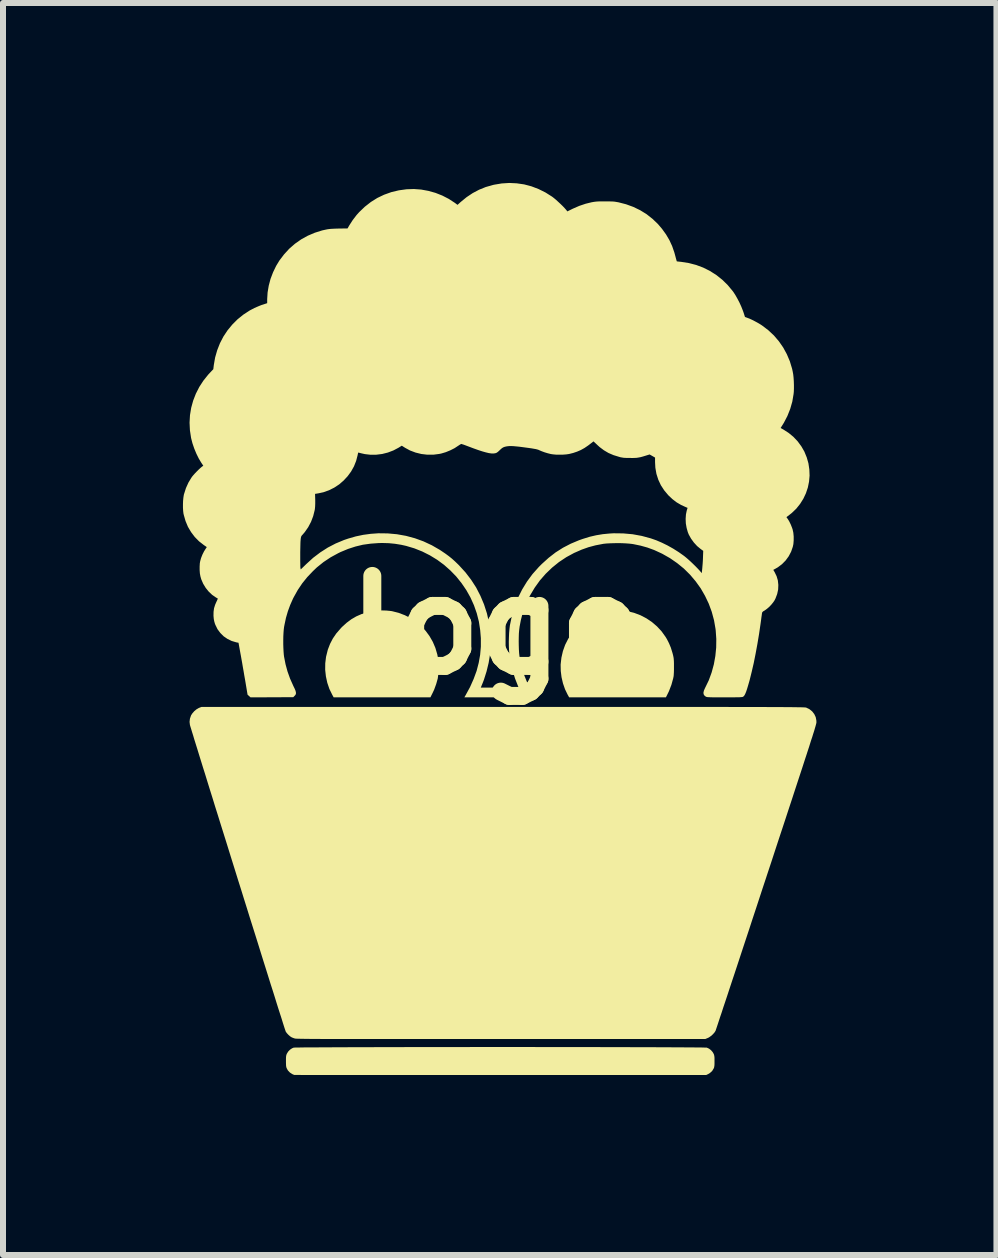
<source format=kicad_pcb>
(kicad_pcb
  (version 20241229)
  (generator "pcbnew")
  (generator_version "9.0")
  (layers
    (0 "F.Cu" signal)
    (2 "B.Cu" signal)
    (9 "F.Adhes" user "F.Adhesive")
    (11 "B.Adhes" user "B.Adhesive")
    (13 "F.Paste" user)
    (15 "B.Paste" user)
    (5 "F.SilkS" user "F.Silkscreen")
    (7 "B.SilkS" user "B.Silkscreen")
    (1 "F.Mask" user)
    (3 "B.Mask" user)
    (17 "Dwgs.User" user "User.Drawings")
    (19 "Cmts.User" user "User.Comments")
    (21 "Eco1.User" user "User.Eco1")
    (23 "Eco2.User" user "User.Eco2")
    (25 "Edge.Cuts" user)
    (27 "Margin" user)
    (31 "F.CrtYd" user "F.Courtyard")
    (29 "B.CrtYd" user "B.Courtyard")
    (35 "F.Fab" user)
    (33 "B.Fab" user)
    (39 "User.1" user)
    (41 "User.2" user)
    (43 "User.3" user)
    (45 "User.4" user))
  (footprint "logo"
    (layer "F.Cu")
    (at 5.228 7.373)
    (property "Reference" "logo" (at 0 0 0) (layer "F.SilkS") (effects (font (size 1.5 1.5) (thickness 0.3))))
    (attr board_only exclude_from_pos_files exclude_from_bom)
    (fp_poly (pts (xy -1.837 -0.245) (xy -1.776 -0.239) (xy -1.745 -0.235) (xy -1.634 -0.207) (xy -1.529 -0.167) (xy -1.43 -0.117) (xy -1.339 -0.056) (xy -1.256 0.015) (xy -1.182 0.094) (xy -1.118 0.181) (xy -1.063 0.277) (xy -1.02 0.378) (xy -0.988 0.487) (xy -0.971 0.576) (xy -0.967 0.614) (xy -0.966 0.661) (xy -0.966 0.713) (xy -0.968 0.767) (xy -0.972 0.818) (xy -0.977 0.862) (xy -0.981 0.89) (xy -1.007 0.982) (xy -1.041 1.075) (xy -1.068 1.132) (xy -1.103 1.202) (xy -1.909 1.202) (xy -2.716 1.202) (xy -2.74 1.158) (xy -2.787 1.062) (xy -2.822 0.959) (xy -2.845 0.853) (xy -2.857 0.744) (xy -2.856 0.635) (xy -2.843 0.528) (xy -2.839 0.511) (xy -2.813 0.407) (xy -2.776 0.311) (xy -2.73 0.222) (xy -2.672 0.137) (xy -2.601 0.055) (xy -2.578 0.03) (xy -2.501 -0.04) (xy -2.422 -0.099) (xy -2.34 -0.147) (xy -2.251 -0.186) (xy -2.154 -0.217) (xy -2.089 -0.232) (xy -2.034 -0.241) (xy -1.971 -0.246) (xy -1.904 -0.247)) (stroke (width 0) (type solid)) (fill yes) (layer "F.SilkS"))
    (fp_poly (pts (xy 2.081 -0.245) (xy 2.139 -0.241) (xy 2.18 -0.235) (xy 2.292 -0.207) (xy 2.398 -0.167) (xy 2.498 -0.115) (xy 2.59 -0.053) (xy 2.675 0.02) (xy 2.751 0.102) (xy 2.817 0.194) (xy 2.841 0.234) (xy 2.875 0.301) (xy 2.905 0.373) (xy 2.93 0.454) (xy 2.936 0.475) (xy 2.943 0.503) (xy 2.948 0.526) (xy 2.952 0.548) (xy 2.954 0.572) (xy 2.956 0.599) (xy 2.957 0.634) (xy 2.957 0.679) (xy 2.957 0.689) (xy 2.957 0.742) (xy 2.956 0.784) (xy 2.954 0.818) (xy 2.952 0.847) (xy 2.947 0.872) (xy 2.945 0.883) (xy 2.915 0.992) (xy 2.874 1.099) (xy 2.858 1.132) (xy 2.823 1.202) (xy 2.016 1.202) (xy 1.21 1.202) (xy 1.185 1.158) (xy 1.141 1.067) (xy 1.107 0.969) (xy 1.083 0.866) (xy 1.07 0.762) (xy 1.068 0.661) (xy 1.068 0.654) (xy 1.081 0.54) (xy 1.106 0.431) (xy 1.143 0.327) (xy 1.193 0.228) (xy 1.255 0.135) (xy 1.33 0.048) (xy 1.348 0.03) (xy 1.431 -0.045) (xy 1.52 -0.108) (xy 1.614 -0.159) (xy 1.715 -0.2) (xy 1.825 -0.23) (xy 1.851 -0.235) (xy 1.9 -0.242) (xy 1.957 -0.246) (xy 2.019 -0.247)) (stroke (width 0) (type solid)) (fill yes) (layer "F.SilkS"))
    (fp_poly (pts (xy 0.194 7.031) (xy 0.382 7.031) (xy 0.569 7.031) (xy 0.754 7.032) (xy 0.938 7.032) (xy 1.119 7.032) (xy 1.297 7.032) (xy 1.472 7.032) (xy 1.644 7.032) (xy 1.811 7.033) (xy 1.973 7.033) (xy 2.129 7.033) (xy 2.28 7.034) (xy 2.425 7.034) (xy 2.563 7.034) (xy 2.693 7.035) (xy 2.816 7.035) (xy 2.93 7.036) (xy 3.035 7.036) (xy 3.132 7.037) (xy 3.218 7.037) (xy 3.294 7.038) (xy 3.359 7.039) (xy 3.413 7.039) (xy 3.455 7.04) (xy 3.485 7.041) (xy 3.502 7.041) (xy 3.506 7.042) (xy 3.541 7.058) (xy 3.574 7.083) (xy 3.602 7.115) (xy 3.617 7.141) (xy 3.624 7.156) (xy 3.628 7.172) (xy 3.631 7.189) (xy 3.633 7.213) (xy 3.633 7.246) (xy 3.633 7.267) (xy 3.633 7.306) (xy 3.632 7.335) (xy 3.629 7.356) (xy 3.626 7.373) (xy 3.62 7.388) (xy 3.619 7.389) (xy 3.593 7.432) (xy 3.556 7.465) (xy 3.528 7.482) (xy 3.494 7.498) (xy 0.061 7.498) (xy -3.372 7.497) (xy -3.403 7.484) (xy -3.445 7.457) (xy -3.479 7.421) (xy -3.495 7.392) (xy -3.502 7.377) (xy -3.506 7.362) (xy -3.509 7.345) (xy -3.51 7.321) (xy -3.511 7.289) (xy -3.511 7.267) (xy -3.511 7.228) (xy -3.51 7.201) (xy -3.508 7.18) (xy -3.504 7.164) (xy -3.499 7.149) (xy -3.495 7.141) (xy -3.474 7.107) (xy -3.444 7.076) (xy -3.41 7.053) (xy -3.384 7.042) (xy -3.375 7.041) (xy -3.352 7.04) (xy -3.317 7.04) (xy -3.27 7.039) (xy -3.211 7.038) (xy -3.141 7.038) (xy -3.061 7.037) (xy -2.97 7.037) (xy -2.87 7.036) (xy -2.761 7.036) (xy -2.643 7.035) (xy -2.517 7.035) (xy -2.384 7.034) (xy -2.243 7.034) (xy -2.096 7.034) (xy -1.942 7.033) (xy -1.783 7.033) (xy -1.619 7.033) (xy -1.451 7.032) (xy -1.278 7.032) (xy -1.101 7.032) (xy -0.921 7.032) (xy -0.739 7.032) (xy -0.555 7.032) (xy -0.369 7.031) (xy -0.182 7.031) (xy 0.006 7.031)) (stroke (width 0) (type solid)) (fill yes) (layer "F.SilkS"))
    (fp_poly (pts (xy 0.719 1.362) (xy 1.006 1.362) (xy 1.28 1.362) (xy 1.542 1.362) (xy 1.792 1.362) (xy 2.03 1.362) (xy 2.256 1.362) (xy 2.471 1.362) (xy 2.675 1.362) (xy 2.869 1.362) (xy 3.052 1.362) (xy 3.225 1.362) (xy 3.388 1.362) (xy 3.542 1.362) (xy 3.686 1.362) (xy 3.822 1.362) (xy 3.948 1.363) (xy 4.067 1.363) (xy 4.177 1.363) (xy 4.28 1.363) (xy 4.375 1.363) (xy 4.463 1.363) (xy 4.544 1.364) (xy 4.618 1.364) (xy 4.686 1.364) (xy 4.748 1.364) (xy 4.805 1.365) (xy 4.856 1.365) (xy 4.901 1.365) (xy 4.942 1.366) (xy 4.978 1.366) (xy 5.01 1.367) (xy 5.038 1.367) (xy 5.062 1.367) (xy 5.083 1.368) (xy 5.1 1.368) (xy 5.115 1.369) (xy 5.127 1.37) (xy 5.137 1.37) (xy 5.145 1.371) (xy 5.151 1.371) (xy 5.156 1.372) (xy 5.16 1.373) (xy 5.163 1.374) (xy 5.165 1.374) (xy 5.166 1.375) (xy 5.218 1.401) (xy 5.262 1.437) (xy 5.296 1.481) (xy 5.32 1.531) (xy 5.331 1.587) (xy 5.332 1.613) (xy 5.332 1.618) (xy 5.332 1.623) (xy 5.33 1.63) (xy 5.329 1.639) (xy 5.326 1.65) (xy 5.322 1.664) (xy 5.318 1.68) (xy 5.312 1.7) (xy 5.305 1.724) (xy 5.297 1.752) (xy 5.287 1.784) (xy 5.275 1.821) (xy 5.262 1.864) (xy 5.246 1.911) (xy 5.229 1.965) (xy 5.21 2.026) (xy 5.188 2.093) (xy 5.164 2.167) (xy 5.137 2.249) (xy 5.108 2.339) (xy 5.076 2.437) (xy 5.041 2.543) (xy 5.003 2.659) (xy 4.962 2.784) (xy 4.918 2.919) (xy 4.87 3.064) (xy 4.819 3.22) (xy 4.764 3.387) (xy 4.705 3.565) (xy 4.643 3.754) (xy 4.577 3.956) (xy 4.506 4.17) (xy 4.497 4.198) (xy 4.437 4.379) (xy 4.379 4.556) (xy 4.322 4.73) (xy 4.266 4.899) (xy 4.212 5.065) (xy 4.159 5.225) (xy 4.108 5.379) (xy 4.059 5.528) (xy 4.012 5.671) (xy 3.967 5.807) (xy 3.924 5.936) (xy 3.884 6.057) (xy 3.847 6.17) (xy 3.812 6.275) (xy 3.78 6.37) (xy 3.752 6.457) (xy 3.726 6.533) (xy 3.704 6.6) (xy 3.686 6.655) (xy 3.671 6.7) (xy 3.66 6.733) (xy 3.653 6.754) (xy 3.65 6.762) (xy 3.65 6.762) (xy 3.632 6.79) (xy 3.605 6.82) (xy 3.573 6.848) (xy 3.541 6.871) (xy 3.52 6.881) (xy 3.481 6.897) (xy 0.078 6.898) (xy -0.182 6.898) (xy -0.43 6.898) (xy -0.664 6.898) (xy -0.886 6.898) (xy -1.095 6.898) (xy -1.293 6.898) (xy -1.479 6.898) (xy -1.654 6.898) (xy -1.818 6.898) (xy -1.971 6.898) (xy -2.114 6.898) (xy -2.247 6.898) (xy -2.371 6.898) (xy -2.486 6.898) (xy -2.591 6.898) (xy -2.688 6.897) (xy -2.777 6.897) (xy -2.858 6.897) (xy -2.932 6.897) (xy -2.998 6.896) (xy -3.058 6.896) (xy -3.111 6.896) (xy -3.158 6.895) (xy -3.199 6.895) (xy -3.234 6.894) (xy -3.265 6.894) (xy -3.29 6.893) (xy -3.311 6.893) (xy -3.328 6.892) (xy -3.341 6.892) (xy -3.351 6.891) (xy -3.357 6.89) (xy -3.36 6.89) (xy -3.385 6.882) (xy -3.408 6.873) (xy -3.417 6.869) (xy -3.443 6.852) (xy -3.471 6.827) (xy -3.497 6.799) (xy -3.514 6.775) (xy -3.517 6.767) (xy -3.524 6.746) (xy -3.535 6.714) (xy -3.549 6.67) (xy -3.566 6.616) (xy -3.586 6.551) (xy -3.61 6.477) (xy -3.637 6.393) (xy -3.666 6.301) (xy -3.697 6.2) (xy -3.731 6.092) (xy -3.768 5.977) (xy -3.806 5.855) (xy -3.846 5.727) (xy -3.888 5.594) (xy -3.931 5.456) (xy -3.975 5.314) (xy -4.021 5.167) (xy -4.068 5.018) (xy -4.116 4.866) (xy -4.164 4.711) (xy -4.213 4.555) (xy -4.262 4.397) (xy -4.312 4.239) (xy -4.361 4.081) (xy -4.41 3.924) (xy -4.459 3.767) (xy -4.507 3.612) (xy -4.555 3.459) (xy -4.602 3.309) (xy -4.648 3.161) (xy -4.693 3.018) (xy -4.736 2.878) (xy -4.778 2.744) (xy -4.818 2.615) (xy -4.856 2.491) (xy -4.893 2.374) (xy -4.927 2.264) (xy -4.959 2.161) (xy -4.988 2.066) (xy -5.015 1.98) (xy -5.039 1.903) (xy -5.059 1.835) (xy -5.077 1.778) (xy -5.091 1.731) (xy -5.102 1.696) (xy -5.109 1.672) (xy -5.112 1.661) (xy -5.118 1.611) (xy -5.112 1.558) (xy -5.095 1.508) (xy -5.093 1.502) (xy -5.07 1.467) (xy -5.039 1.432) (xy -5.003 1.402) (xy -4.966 1.38) (xy -4.961 1.378) (xy -4.92 1.362) (xy 0.105 1.362) (xy 0.419 1.362)) (stroke (width 0) (type solid)) (fill yes) (layer "F.SilkS"))
    (fp_poly (pts (xy 0.336 -7.367) (xy 0.46 -7.349) (xy 0.581 -7.317) (xy 0.699 -7.272) (xy 0.814 -7.215) (xy 0.925 -7.145) (xy 0.925 -7.145) (xy 0.955 -7.122) (xy 0.99 -7.093) (xy 1.028 -7.058) (xy 1.067 -7.022) (xy 1.103 -6.987) (xy 1.134 -6.954) (xy 1.158 -6.927) (xy 1.16 -6.925) (xy 1.18 -6.899) (xy 1.271 -6.944) (xy 1.379 -6.991) (xy 1.486 -7.027) (xy 1.584 -7.051) (xy 1.612 -7.056) (xy 1.639 -7.06) (xy 1.667 -7.063) (xy 1.698 -7.065) (xy 1.736 -7.066) (xy 1.783 -7.066) (xy 1.807 -7.066) (xy 1.859 -7.066) (xy 1.9 -7.065) (xy 1.934 -7.064) (xy 1.962 -7.062) (xy 1.989 -7.058) (xy 2.017 -7.053) (xy 2.03 -7.051) (xy 2.158 -7.018) (xy 2.279 -6.974) (xy 2.393 -6.919) (xy 2.5 -6.853) (xy 2.599 -6.775) (xy 2.69 -6.688) (xy 2.758 -6.608) (xy 2.825 -6.515) (xy 2.881 -6.42) (xy 2.927 -6.32) (xy 2.964 -6.213) (xy 2.982 -6.147) (xy 2.99 -6.116) (xy 2.997 -6.091) (xy 3.002 -6.074) (xy 3.004 -6.067) (xy 3.011 -6.065) (xy 3.029 -6.063) (xy 3.055 -6.06) (xy 3.077 -6.058) (xy 3.204 -6.038) (xy 3.327 -6.006) (xy 3.445 -5.962) (xy 3.558 -5.905) (xy 3.664 -5.838) (xy 3.763 -5.759) (xy 3.853 -5.671) (xy 3.935 -5.572) (xy 3.948 -5.555) (xy 3.981 -5.504) (xy 4.015 -5.444) (xy 4.049 -5.379) (xy 4.079 -5.313) (xy 4.104 -5.25) (xy 4.115 -5.22) (xy 4.141 -5.139) (xy 4.177 -5.126) (xy 4.214 -5.112) (xy 4.258 -5.092) (xy 4.305 -5.068) (xy 4.353 -5.042) (xy 4.397 -5.016) (xy 4.426 -4.997) (xy 4.53 -4.918) (xy 4.624 -4.83) (xy 4.706 -4.734) (xy 4.778 -4.63) (xy 4.839 -4.518) (xy 4.889 -4.4) (xy 4.927 -4.274) (xy 4.937 -4.227) (xy 4.945 -4.183) (xy 4.951 -4.128) (xy 4.955 -4.068) (xy 4.957 -4.005) (xy 4.957 -3.945) (xy 4.955 -3.89) (xy 4.951 -3.853) (xy 4.93 -3.728) (xy 4.895 -3.606) (xy 4.848 -3.488) (xy 4.79 -3.376) (xy 4.772 -3.347) (xy 4.735 -3.288) (xy 4.784 -3.261) (xy 4.869 -3.206) (xy 4.948 -3.141) (xy 5.019 -3.066) (xy 5.081 -2.982) (xy 5.131 -2.895) (xy 5.171 -2.797) (xy 5.199 -2.698) (xy 5.214 -2.596) (xy 5.218 -2.495) (xy 5.209 -2.394) (xy 5.189 -2.296) (xy 5.157 -2.2) (xy 5.114 -2.109) (xy 5.06 -2.023) (xy 4.996 -1.943) (xy 4.921 -1.871) (xy 4.883 -1.841) (xy 4.832 -1.802) (xy 4.851 -1.776) (xy 4.878 -1.733) (xy 4.903 -1.682) (xy 4.925 -1.627) (xy 4.935 -1.598) (xy 4.947 -1.543) (xy 4.953 -1.48) (xy 4.953 -1.415) (xy 4.948 -1.353) (xy 4.938 -1.307) (xy 4.91 -1.226) (xy 4.87 -1.15) (xy 4.819 -1.08) (xy 4.758 -1.018) (xy 4.689 -0.966) (xy 4.651 -0.944) (xy 4.613 -0.923) (xy 4.635 -0.886) (xy 4.668 -0.818) (xy 4.689 -0.747) (xy 4.697 -0.672) (xy 4.694 -0.596) (xy 4.678 -0.521) (xy 4.65 -0.447) (xy 4.634 -0.415) (xy 4.611 -0.381) (xy 4.581 -0.344) (xy 4.546 -0.307) (xy 4.509 -0.275) (xy 4.475 -0.25) (xy 4.467 -0.245) (xy 4.445 -0.232) (xy 4.432 -0.22) (xy 4.426 -0.208) (xy 4.425 -0.202) (xy 4.423 -0.189) (xy 4.42 -0.165) (xy 4.415 -0.132) (xy 4.41 -0.092) (xy 4.404 -0.048) (xy 4.401 -0.027) (xy 4.376 0.144) (xy 4.348 0.312) (xy 4.318 0.475) (xy 4.287 0.63) (xy 4.253 0.777) (xy 4.219 0.914) (xy 4.193 1.005) (xy 4.176 1.061) (xy 4.161 1.106) (xy 4.147 1.14) (xy 4.135 1.164) (xy 4.123 1.181) (xy 4.11 1.191) (xy 4.109 1.192) (xy 4.102 1.195) (xy 4.092 1.197) (xy 4.077 1.198) (xy 4.056 1.2) (xy 4.027 1.201) (xy 3.991 1.201) (xy 3.944 1.202) (xy 3.887 1.202) (xy 3.818 1.202) (xy 3.798 1.202) (xy 3.728 1.202) (xy 3.669 1.202) (xy 3.622 1.202) (xy 3.584 1.201) (xy 3.555 1.2) (xy 3.533 1.199) (xy 3.517 1.198) (xy 3.505 1.196) (xy 3.497 1.194) (xy 3.49 1.191) (xy 3.486 1.189) (xy 3.463 1.17) (xy 3.451 1.148) (xy 3.449 1.121) (xy 3.457 1.088) (xy 3.475 1.047) (xy 3.479 1.039) (xy 3.538 0.917) (xy 3.585 0.788) (xy 3.622 0.652) (xy 3.647 0.513) (xy 3.661 0.372) (xy 3.663 0.229) (xy 3.653 0.086) (xy 3.65 0.061) (xy 3.625 -0.083) (xy 3.587 -0.224) (xy 3.537 -0.36) (xy 3.475 -0.49) (xy 3.403 -0.615) (xy 3.319 -0.732) (xy 3.226 -0.842) (xy 3.123 -0.944) (xy 3.01 -1.036) (xy 2.89 -1.119) (xy 2.761 -1.192) (xy 2.74 -1.202) (xy 2.627 -1.254) (xy 2.515 -1.295) (xy 2.401 -1.327) (xy 2.28 -1.352) (xy 2.253 -1.356) (xy 2.208 -1.361) (xy 2.152 -1.365) (xy 2.09 -1.368) (xy 2.024 -1.369) (xy 1.957 -1.368) (xy 1.893 -1.366) (xy 1.835 -1.363) (xy 1.786 -1.358) (xy 1.774 -1.356) (xy 1.649 -1.332) (xy 1.533 -1.301) (xy 1.42 -1.261) (xy 1.306 -1.211) (xy 1.294 -1.206) (xy 1.163 -1.135) (xy 1.04 -1.053) (xy 0.925 -0.96) (xy 0.819 -0.858) (xy 0.722 -0.747) (xy 0.636 -0.627) (xy 0.56 -0.5) (xy 0.545 -0.471) (xy 0.499 -0.375) (xy 0.461 -0.28) (xy 0.43 -0.184) (xy 0.404 -0.082) (xy 0.383 0.029) (xy 0.383 0.031) (xy 0.377 0.077) (xy 0.372 0.134) (xy 0.37 0.199) (xy 0.369 0.267) (xy 0.37 0.336) (xy 0.372 0.403) (xy 0.376 0.465) (xy 0.382 0.518) (xy 0.386 0.543) (xy 0.407 0.648) (xy 0.433 0.747) (xy 0.465 0.843) (xy 0.504 0.939) (xy 0.551 1.038) (xy 0.604 1.139) (xy 0.639 1.202) (xy 0.051 1.202) (xy -0.537 1.202) (xy -0.516 1.166) (xy -0.442 1.03) (xy -0.382 0.895) (xy -0.333 0.762) (xy -0.298 0.628) (xy -0.274 0.494) (xy -0.262 0.357) (xy -0.262 0.216) (xy -0.273 0.081) (xy -0.295 -0.061) (xy -0.33 -0.199) (xy -0.377 -0.333) (xy -0.435 -0.462) (xy -0.504 -0.585) (xy -0.584 -0.702) (xy -0.672 -0.812) (xy -0.77 -0.913) (xy -0.876 -1.007) (xy -0.99 -1.091) (xy -1.111 -1.165) (xy -1.238 -1.229) (xy -1.371 -1.282) (xy -1.509 -1.323) (xy -1.589 -1.341) (xy -1.694 -1.358) (xy -1.797 -1.368) (xy -1.902 -1.371) (xy -1.963 -1.37) (xy -2.1 -1.36) (xy -2.229 -1.342) (xy -2.353 -1.312) (xy -2.476 -1.272) (xy -2.599 -1.221) (xy -2.638 -1.202) (xy -2.765 -1.133) (xy -2.884 -1.054) (xy -2.996 -0.964) (xy -3.062 -0.901) (xy -3.157 -0.801) (xy -3.24 -0.698) (xy -3.314 -0.588) (xy -3.38 -0.47) (xy -3.393 -0.445) (xy -3.44 -0.339) (xy -3.479 -0.233) (xy -3.511 -0.123) (xy -3.536 -0.005) (xy -3.543 0.032) (xy -3.548 0.074) (xy -3.552 0.126) (xy -3.555 0.186) (xy -3.556 0.25) (xy -3.556 0.316) (xy -3.554 0.38) (xy -3.551 0.439) (xy -3.547 0.49) (xy -3.543 0.522) (xy -3.518 0.65) (xy -3.485 0.771) (xy -3.442 0.891) (xy -3.388 1.012) (xy -3.367 1.055) (xy -3.353 1.088) (xy -3.346 1.114) (xy -3.344 1.133) (xy -3.347 1.15) (xy -3.356 1.165) (xy -3.368 1.178) (xy -3.389 1.199) (xy -3.746 1.201) (xy -4.102 1.202) (xy -4.126 1.18) (xy -4.151 1.158) (xy -4.193 0.907) (xy -4.205 0.84) (xy -4.217 0.768) (xy -4.23 0.695) (xy -4.242 0.623) (xy -4.254 0.557) (xy -4.264 0.5) (xy -4.269 0.474) (xy -4.302 0.292) (xy -4.339 0.285) (xy -4.416 0.262) (xy -4.486 0.228) (xy -4.55 0.184) (xy -4.605 0.129) (xy -4.652 0.066) (xy -4.687 -0.005) (xy -4.697 -0.031) (xy -4.707 -0.067) (xy -4.714 -0.103) (xy -4.718 -0.145) (xy -4.719 -0.157) (xy -4.718 -0.223) (xy -4.71 -0.283) (xy -4.692 -0.341) (xy -4.672 -0.387) (xy -4.66 -0.412) (xy -4.652 -0.431) (xy -4.647 -0.443) (xy -4.647 -0.445) (xy -4.653 -0.448) (xy -4.668 -0.457) (xy -4.68 -0.464) (xy -4.742 -0.507) (xy -4.799 -0.561) (xy -4.849 -0.623) (xy -4.891 -0.692) (xy -4.923 -0.766) (xy -4.937 -0.815) (xy -4.946 -0.864) (xy -4.95 -0.921) (xy -4.95 -0.979) (xy -4.947 -1.033) (xy -4.941 -1.067) (xy -4.928 -1.114) (xy -3.273 -1.114) (xy -3.273 -1.067) (xy -3.272 -1.025) (xy -3.272 -0.99) (xy -3.271 -0.965) (xy -3.269 -0.951) (xy -3.265 -0.93) (xy -3.172 -1.02) (xy -3.058 -1.124) (xy -2.938 -1.215) (xy -2.813 -1.295) (xy -2.682 -1.363) (xy -2.543 -1.421) (xy -2.472 -1.445) (xy -2.347 -1.481) (xy -2.223 -1.507) (xy -2.097 -1.524) (xy -1.97 -1.533) (xy -1.814 -1.531) (xy -1.66 -1.517) (xy -1.509 -1.49) (xy -1.361 -1.45) (xy -1.218 -1.398) (xy -1.079 -1.333) (xy -0.947 -1.257) (xy -0.917 -1.237) (xy -0.852 -1.193) (xy -0.795 -1.151) (xy -0.744 -1.11) (xy -0.694 -1.065) (xy -0.642 -1.015) (xy -0.625 -0.998) (xy -0.519 -0.882) (xy -0.424 -0.758) (xy -0.34 -0.628) (xy -0.269 -0.49) (xy -0.209 -0.347) (xy -0.161 -0.198) (xy -0.126 -0.043) (xy -0.108 0.071) (xy -0.104 0.11) (xy -0.102 0.159) (xy -0.1 0.215) (xy -0.1 0.275) (xy -0.1 0.334) (xy -0.102 0.39) (xy -0.104 0.439) (xy -0.108 0.478) (xy -0.108 0.479) (xy -0.132 0.626) (xy -0.167 0.77) (xy -0.211 0.909) (xy -0.229 0.956) (xy -0.263 1.039) (xy 0.053 1.039) (xy 0.129 1.039) (xy 0.193 1.039) (xy 0.245 1.038) (xy 0.286 1.038) (xy 0.317 1.037) (xy 0.34 1.036) (xy 0.355 1.034) (xy 0.363 1.033) (xy 0.365 1.031) (xy 0.364 1.031) (xy 0.308 0.888) (xy 0.264 0.747) (xy 0.232 0.605) (xy 0.213 0.477) (xy 0.208 0.418) (xy 0.205 0.35) (xy 0.204 0.276) (xy 0.206 0.202) (xy 0.209 0.129) (xy 0.215 0.061) (xy 0.222 0.003) (xy 0.224 -0.007) (xy 0.257 -0.165) (xy 0.302 -0.315) (xy 0.358 -0.459) (xy 0.427 -0.597) (xy 0.507 -0.728) (xy 0.599 -0.853) (xy 0.704 -0.971) (xy 0.755 -1.022) (xy 0.868 -1.124) (xy 0.984 -1.214) (xy 1.107 -1.292) (xy 1.236 -1.359) (xy 1.374 -1.417) (xy 1.44 -1.44) (xy 1.553 -1.475) (xy 1.661 -1.5) (xy 1.769 -1.518) (xy 1.882 -1.529) (xy 1.953 -1.533) (xy 2.111 -1.531) (xy 2.268 -1.517) (xy 2.421 -1.489) (xy 2.572 -1.448) (xy 2.663 -1.416) (xy 2.754 -1.377) (xy 2.85 -1.33) (xy 2.946 -1.276) (xy 3.039 -1.217) (xy 3.125 -1.156) (xy 3.156 -1.131) (xy 3.19 -1.102) (xy 3.23 -1.066) (xy 3.272 -1.026) (xy 3.314 -0.985) (xy 3.352 -0.946) (xy 3.383 -0.913) (xy 3.387 -0.908) (xy 3.421 -0.869) (xy 3.429 -0.949) (xy 3.432 -0.986) (xy 3.436 -1.032) (xy 3.439 -1.081) (xy 3.441 -1.127) (xy 3.441 -1.135) (xy 3.445 -1.24) (xy 3.401 -1.272) (xy 3.343 -1.32) (xy 3.289 -1.379) (xy 3.242 -1.444) (xy 3.204 -1.512) (xy 3.188 -1.552) (xy 3.168 -1.623) (xy 3.155 -1.698) (xy 3.152 -1.774) (xy 3.157 -1.848) (xy 3.17 -1.911) (xy 3.184 -1.957) (xy 3.166 -1.964) (xy 3.078 -2.004) (xy 3.001 -2.049) (xy 2.932 -2.102) (xy 2.867 -2.163) (xy 2.863 -2.167) (xy 2.795 -2.248) (xy 2.739 -2.334) (xy 2.696 -2.426) (xy 2.665 -2.523) (xy 2.647 -2.625) (xy 2.642 -2.719) (xy 2.642 -2.795) (xy 2.597 -2.821) (xy 2.551 -2.847) (xy 2.483 -2.826) (xy 2.437 -2.812) (xy 2.4 -2.802) (xy 2.368 -2.796) (xy 2.336 -2.791) (xy 2.301 -2.789) (xy 2.259 -2.788) (xy 2.224 -2.789) (xy 2.179 -2.789) (xy 2.144 -2.79) (xy 2.116 -2.792) (xy 2.092 -2.796) (xy 2.068 -2.8) (xy 2.043 -2.807) (xy 1.949 -2.836) (xy 1.865 -2.872) (xy 1.789 -2.917) (xy 1.717 -2.971) (xy 1.68 -3.005) (xy 1.616 -3.065) (xy 1.597 -3.05) (xy 1.529 -2.998) (xy 1.466 -2.955) (xy 1.405 -2.921) (xy 1.342 -2.894) (xy 1.277 -2.872) (xy 1.209 -2.855) (xy 1.162 -2.848) (xy 1.107 -2.844) (xy 1.049 -2.843) (xy 0.99 -2.844) (xy 0.938 -2.849) (xy 0.905 -2.854) (xy 0.853 -2.867) (xy 0.8 -2.883) (xy 0.751 -2.901) (xy 0.711 -2.918) (xy 0.71 -2.919) (xy 0.696 -2.925) (xy 0.679 -2.93) (xy 0.656 -2.936) (xy 0.627 -2.941) (xy 0.588 -2.948) (xy 0.539 -2.955) (xy 0.509 -2.959) (xy 0.435 -2.969) (xy 0.372 -2.977) (xy 0.32 -2.982) (xy 0.276 -2.986) (xy 0.24 -2.987) (xy 0.211 -2.987) (xy 0.185 -2.984) (xy 0.169 -2.982) (xy 0.137 -2.975) (xy 0.113 -2.966) (xy 0.091 -2.953) (xy 0.068 -2.933) (xy 0.048 -2.914) (xy 0.023 -2.891) (xy 0.002 -2.876) (xy -0.019 -2.868) (xy -0.024 -2.867) (xy -0.052 -2.863) (xy -0.087 -2.864) (xy -0.13 -2.87) (xy -0.18 -2.882) (xy -0.24 -2.899) (xy -0.31 -2.922) (xy -0.391 -2.951) (xy -0.444 -2.971) (xy -0.484 -2.986) (xy -0.521 -3) (xy -0.551 -3.011) (xy -0.574 -3.018) (xy -0.586 -3.022) (xy -0.588 -3.022) (xy -0.598 -3.018) (xy -0.615 -3.008) (xy -0.636 -2.994) (xy -0.638 -2.993) (xy -0.7 -2.952) (xy -0.771 -2.916) (xy -0.847 -2.885) (xy -0.921 -2.863) (xy -0.954 -2.856) (xy -1.054 -2.843) (xy -1.155 -2.843) (xy -1.255 -2.855) (xy -1.352 -2.879) (xy -1.444 -2.914) (xy -1.525 -2.958) (xy -1.58 -2.993) (xy -1.633 -2.96) (xy -1.72 -2.914) (xy -1.812 -2.879) (xy -1.907 -2.855) (xy -2.004 -2.843) (xy -2.101 -2.842) (xy -2.196 -2.853) (xy -2.254 -2.866) (xy -2.278 -2.872) (xy -2.297 -2.877) (xy -2.306 -2.878) (xy -2.307 -2.878) (xy -2.309 -2.87) (xy -2.313 -2.853) (xy -2.316 -2.836) (xy -2.341 -2.74) (xy -2.377 -2.649) (xy -2.425 -2.563) (xy -2.483 -2.484) (xy -2.55 -2.412) (xy -2.624 -2.348) (xy -2.706 -2.294) (xy -2.794 -2.25) (xy -2.887 -2.217) (xy -2.975 -2.198) (xy -3.026 -2.19) (xy -3.023 -2.085) (xy -3.023 -2.026) (xy -3.025 -1.978) (xy -3.029 -1.937) (xy -3.032 -1.919) (xy -3.057 -1.819) (xy -3.093 -1.724) (xy -3.14 -1.635) (xy -3.197 -1.553) (xy -3.231 -1.513) (xy -3.245 -1.498) (xy -3.254 -1.486) (xy -3.259 -1.472) (xy -3.263 -1.454) (xy -3.266 -1.428) (xy -3.267 -1.415) (xy -3.269 -1.39) (xy -3.27 -1.356) (xy -3.271 -1.314) (xy -3.272 -1.267) (xy -3.273 -1.216) (xy -3.273 -1.165) (xy -3.273 -1.114) (xy -4.928 -1.114) (xy -4.926 -1.121) (xy -4.904 -1.177) (xy -4.877 -1.231) (xy -4.859 -1.26) (xy -4.831 -1.303) (xy -4.879 -1.336) (xy -4.96 -1.399) (xy -5.031 -1.471) (xy -5.093 -1.553) (xy -5.145 -1.641) (xy -5.185 -1.737) (xy -5.214 -1.838) (xy -5.22 -1.864) (xy -5.225 -1.908) (xy -5.228 -1.96) (xy -5.228 -2.017) (xy -5.226 -2.074) (xy -5.221 -2.126) (xy -5.214 -2.172) (xy -5.21 -2.187) (xy -5.178 -2.287) (xy -5.137 -2.378) (xy -5.088 -2.459) (xy -5.074 -2.479) (xy -5.054 -2.503) (xy -5.028 -2.532) (xy -4.999 -2.562) (xy -4.969 -2.592) (xy -4.94 -2.619) (xy -4.917 -2.639) (xy -4.908 -2.646) (xy -4.889 -2.659) (xy -4.921 -2.707) (xy -4.964 -2.778) (xy -5.004 -2.859) (xy -5.04 -2.946) (xy -5.07 -3.034) (xy -5.092 -3.12) (xy -5.093 -3.125) (xy -5.112 -3.251) (xy -5.118 -3.377) (xy -5.111 -3.502) (xy -5.091 -3.624) (xy -5.058 -3.744) (xy -5.013 -3.86) (xy -4.956 -3.972) (xy -4.887 -4.078) (xy -4.807 -4.178) (xy -4.78 -4.207) (xy -4.722 -4.268) (xy -4.714 -4.336) (xy -4.692 -4.463) (xy -4.657 -4.585) (xy -4.611 -4.702) (xy -4.554 -4.812) (xy -4.485 -4.916) (xy -4.406 -5.012) (xy -4.318 -5.1) (xy -4.22 -5.179) (xy -4.114 -5.248) (xy -4.038 -5.288) (xy -3.999 -5.305) (xy -3.957 -5.323) (xy -3.916 -5.339) (xy -3.893 -5.346) (xy -3.824 -5.369) (xy -3.824 -5.437) (xy -3.817 -5.548) (xy -3.798 -5.661) (xy -3.768 -5.774) (xy -3.726 -5.884) (xy -3.675 -5.99) (xy -3.621 -6.079) (xy -3.543 -6.182) (xy -3.457 -6.276) (xy -3.362 -6.359) (xy -3.258 -6.432) (xy -3.148 -6.493) (xy -3.031 -6.543) (xy -2.907 -6.582) (xy -2.848 -6.595) (xy -2.818 -6.601) (xy -2.789 -6.605) (xy -2.756 -6.608) (xy -2.719 -6.61) (xy -2.673 -6.612) (xy -2.629 -6.613) (xy -2.484 -6.615) (xy -2.455 -6.666) (xy -2.399 -6.753) (xy -2.334 -6.838) (xy -2.29 -6.887) (xy -2.196 -6.977) (xy -2.095 -7.056) (xy -1.988 -7.123) (xy -1.875 -7.177) (xy -1.755 -7.22) (xy -1.63 -7.25) (xy -1.5 -7.268) (xy -1.498 -7.268) (xy -1.378 -7.272) (xy -1.257 -7.263) (xy -1.137 -7.241) (xy -1.019 -7.208) (xy -0.905 -7.163) (xy -0.796 -7.107) (xy -0.695 -7.041) (xy -0.694 -7.04) (xy -0.651 -7.008) (xy -0.599 -7.055) (xy -0.5 -7.136) (xy -0.398 -7.204) (xy -0.292 -7.26) (xy -0.181 -7.305) (xy -0.062 -7.339) (xy -0.04 -7.344) (xy 0.086 -7.365) (xy 0.212 -7.373)) (stroke (width 0) (type solid)) (fill yes) (layer "F.SilkS")))
  (gr_rect
    (start -3 -3)
    (end 13.561 17.871)
    (stroke (width 0.1) (type default))
    (fill no)
    (layer "Edge.Cuts")))
</source>
